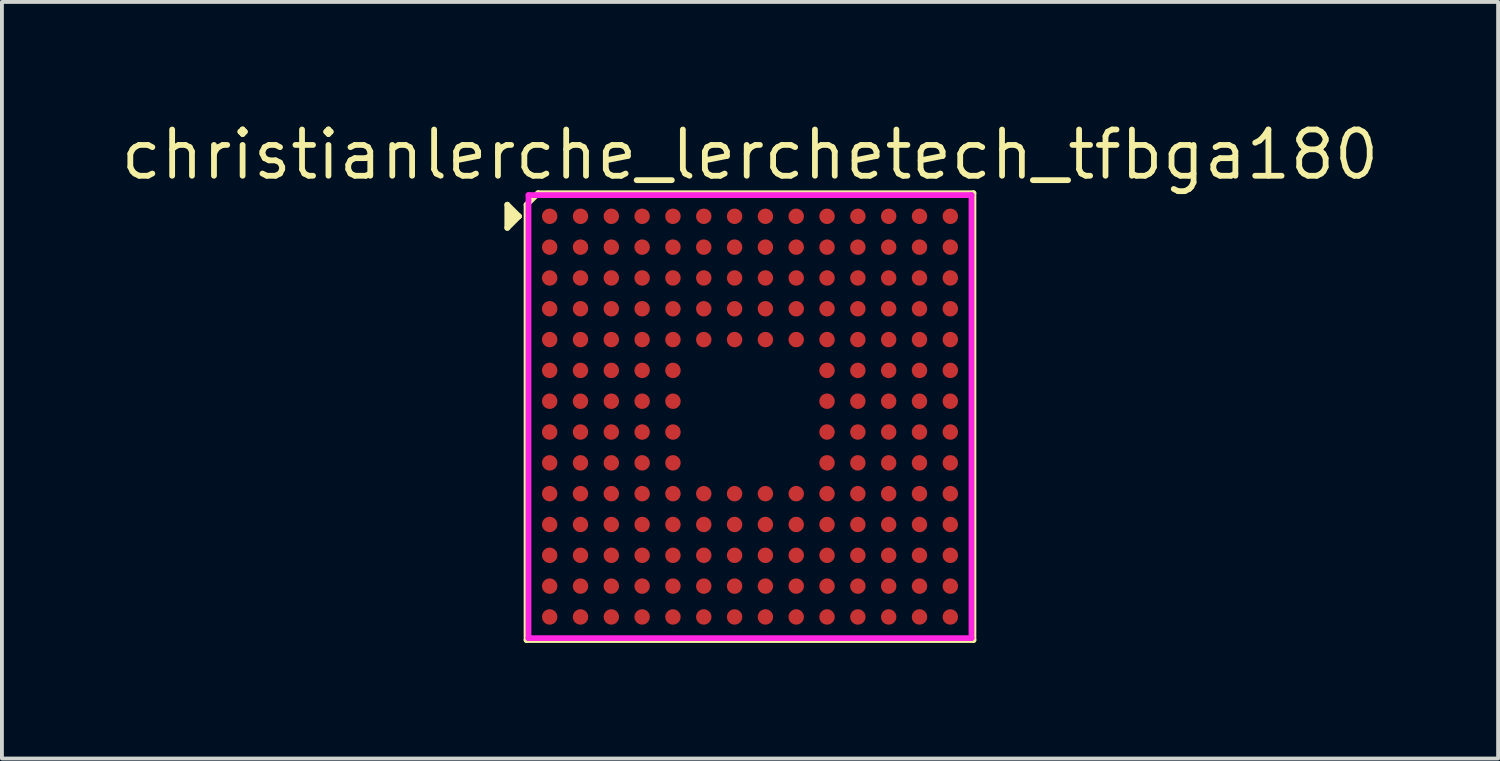
<source format=kicad_pcb>
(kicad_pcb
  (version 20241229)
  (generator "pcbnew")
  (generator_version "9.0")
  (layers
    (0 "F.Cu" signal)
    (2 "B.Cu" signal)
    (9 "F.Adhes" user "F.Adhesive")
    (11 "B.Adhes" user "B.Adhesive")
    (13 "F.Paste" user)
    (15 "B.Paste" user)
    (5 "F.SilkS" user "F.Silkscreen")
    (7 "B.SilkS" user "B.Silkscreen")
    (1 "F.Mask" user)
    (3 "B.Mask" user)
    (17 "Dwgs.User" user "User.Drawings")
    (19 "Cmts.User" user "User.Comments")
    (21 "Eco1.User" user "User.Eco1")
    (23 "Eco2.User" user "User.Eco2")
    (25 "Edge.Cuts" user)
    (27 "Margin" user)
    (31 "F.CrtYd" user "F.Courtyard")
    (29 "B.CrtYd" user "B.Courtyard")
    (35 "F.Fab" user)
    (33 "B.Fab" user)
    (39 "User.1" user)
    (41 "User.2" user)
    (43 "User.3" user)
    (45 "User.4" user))
  (footprint "christianlerche_lerchetech_tfbga180"
    (layer "F.Cu")
    (at 16.419 7.765)
    (property "Reference" "christianlerche_lerchetech_tfbga180" (at 0 -6.8 0) (layer "F.SilkS") (effects (font (size 1.2 1.2) (thickness 0.15))))
    (attr through_hole)
    (fp_line (start -6.3 -5.5) (end -6.3 -4.9) (stroke (width 0.15) (type solid)) (layer "F.SilkS"))
    (fp_line (start -6.3 -4.9) (end -6 -5.2) (stroke (width 0.15) (type solid)) (layer "F.SilkS"))
    (fp_line (start -6.2 -5.3) (end -6.2 -5.2) (stroke (width 0.15) (type solid)) (layer "F.SilkS"))
    (fp_line (start -6.2 -5.2) (end -6.1 -5.2) (stroke (width 0.15) (type solid)) (layer "F.SilkS"))
    (fp_line (start -6.2 -5.1) (end -6.2 -5.3) (stroke (width 0.15) (type solid)) (layer "F.SilkS"))
    (fp_line (start -6 -5.2) (end -6.3 -5.5) (stroke (width 0.15) (type solid)) (layer "F.SilkS"))
    (fp_line (start -6 -5.2) (end -6.2 -5.1) (stroke (width 0.15) (type solid)) (layer "F.SilkS"))
    (fp_line (start -5.8 -5.5) (end -5.5 -5.8) (stroke (width 0.15) (type solid)) (layer "F.SilkS"))
    (fp_line (start -5.8 5.8) (end -5.8 -5.5) (stroke (width 0.15) (type solid)) (layer "F.SilkS"))
    (fp_line (start -5.5 -5.8) (end 5.8 -5.8) (stroke (width 0.15) (type solid)) (layer "F.SilkS"))
    (fp_line (start 5.8 -5.8) (end 5.8 5.8) (stroke (width 0.15) (type solid)) (layer "F.SilkS"))
    (fp_line (start 5.8 5.8) (end -5.8 5.8) (stroke (width 0.15) (type solid)) (layer "F.SilkS"))
    (fp_line (start -5.75 -5.75) (end 5.75 -5.75) (stroke (width 0.15) (type solid)) (layer "F.CrtYd"))
    (fp_line (start -5.75 5.75) (end -5.75 -5.75) (stroke (width 0.15) (type solid)) (layer "F.CrtYd"))
    (fp_line (start 5.75 -5.75) (end 5.75 5.75) (stroke (width 0.15) (type solid)) (layer "F.CrtYd"))
    (fp_line (start 5.75 5.75) (end -5.75 5.75) (stroke (width 0.15) (type solid)) (layer "F.CrtYd"))
    (pad "A1" smd circle (at -5.2 -5.2) (size 0.4 0.4) (layers "F.Cu" "F.Mask" "F.Paste"))
    (pad "A2" smd circle (at -4.4 -5.2) (size 0.4 0.4) (layers "F.Cu" "F.Mask" "F.Paste"))
    (pad "A3" smd circle (at -3.6 -5.2) (size 0.4 0.4) (layers "F.Cu" "F.Mask" "F.Paste"))
    (pad "A4" smd circle (at -2.8 -5.2) (size 0.4 0.4) (layers "F.Cu" "F.Mask" "F.Paste"))
    (pad "A5" smd circle (at -2 -5.2) (size 0.4 0.4) (layers "F.Cu" "F.Mask" "F.Paste"))
    (pad "A6" smd circle (at -1.2 -5.2) (size 0.4 0.4) (layers "F.Cu" "F.Mask" "F.Paste"))
    (pad "A7" smd circle (at -0.4 -5.2) (size 0.4 0.4) (layers "F.Cu" "F.Mask" "F.Paste"))
    (pad "A8" smd circle (at 0.4 -5.2) (size 0.4 0.4) (layers "F.Cu" "F.Mask" "F.Paste"))
    (pad "A9" smd circle (at 1.2 -5.2) (size 0.4 0.4) (layers "F.Cu" "F.Mask" "F.Paste"))
    (pad "A10" smd circle (at 2 -5.2) (size 0.4 0.4) (layers "F.Cu" "F.Mask" "F.Paste"))
    (pad "A11" smd circle (at 2.8 -5.2) (size 0.4 0.4) (layers "F.Cu" "F.Mask" "F.Paste"))
    (pad "A12" smd circle (at 3.6 -5.2) (size 0.4 0.4) (layers "F.Cu" "F.Mask" "F.Paste"))
    (pad "A13" smd circle (at 4.4 -5.2) (size 0.4 0.4) (layers "F.Cu" "F.Mask" "F.Paste"))
    (pad "A14" smd circle (at 5.2 -5.2) (size 0.4 0.4) (layers "F.Cu" "F.Mask" "F.Paste"))
    (pad "B1" smd circle (at -5.2 -4.4) (size 0.4 0.4) (layers "F.Cu" "F.Mask" "F.Paste"))
    (pad "B2" smd circle (at -4.4 -4.4) (size 0.4 0.4) (layers "F.Cu" "F.Mask" "F.Paste"))
    (pad "B3" smd circle (at -3.6 -4.4) (size 0.4 0.4) (layers "F.Cu" "F.Mask" "F.Paste"))
    (pad "B4" smd circle (at -2.8 -4.4) (size 0.4 0.4) (layers "F.Cu" "F.Mask" "F.Paste"))
    (pad "B5" smd circle (at -2 -4.4) (size 0.4 0.4) (layers "F.Cu" "F.Mask" "F.Paste"))
    (pad "B6" smd circle (at -1.2 -4.4) (size 0.4 0.4) (layers "F.Cu" "F.Mask" "F.Paste"))
    (pad "B7" smd circle (at -0.4 -4.4) (size 0.4 0.4) (layers "F.Cu" "F.Mask" "F.Paste"))
    (pad "B8" smd circle (at 0.4 -4.4) (size 0.4 0.4) (layers "F.Cu" "F.Mask" "F.Paste"))
    (pad "B9" smd circle (at 1.2 -4.4) (size 0.4 0.4) (layers "F.Cu" "F.Mask" "F.Paste"))
    (pad "B10" smd circle (at 2 -4.4) (size 0.4 0.4) (layers "F.Cu" "F.Mask" "F.Paste"))
    (pad "B11" smd circle (at 2.8 -4.4) (size 0.4 0.4) (layers "F.Cu" "F.Mask" "F.Paste"))
    (pad "B12" smd circle (at 3.6 -4.4) (size 0.4 0.4) (layers "F.Cu" "F.Mask" "F.Paste"))
    (pad "B13" smd circle (at 4.4 -4.4) (size 0.4 0.4) (layers "F.Cu" "F.Mask" "F.Paste"))
    (pad "B14" smd circle (at 5.2 -4.4) (size 0.4 0.4) (layers "F.Cu" "F.Mask" "F.Paste"))
    (pad "C1" smd circle (at -5.2 -3.6) (size 0.4 0.4) (layers "F.Cu" "F.Mask" "F.Paste"))
    (pad "C2" smd circle (at -4.4 -3.6) (size 0.4 0.4) (layers "F.Cu" "F.Mask" "F.Paste"))
    (pad "C3" smd circle (at -3.6 -3.6) (size 0.4 0.4) (layers "F.Cu" "F.Mask" "F.Paste"))
    (pad "C4" smd circle (at -2.8 -3.6) (size 0.4 0.4) (layers "F.Cu" "F.Mask" "F.Paste"))
    (pad "C5" smd circle (at -2 -3.6) (size 0.4 0.4) (layers "F.Cu" "F.Mask" "F.Paste"))
    (pad "C6" smd circle (at -1.2 -3.6) (size 0.4 0.4) (layers "F.Cu" "F.Mask" "F.Paste"))
    (pad "C7" smd circle (at -0.4 -3.6) (size 0.4 0.4) (layers "F.Cu" "F.Mask" "F.Paste"))
    (pad "C8" smd circle (at 0.4 -3.6) (size 0.4 0.4) (layers "F.Cu" "F.Mask" "F.Paste"))
    (pad "C9" smd circle (at 1.2 -3.6) (size 0.4 0.4) (layers "F.Cu" "F.Mask" "F.Paste"))
    (pad "C10" smd circle (at 2 -3.6) (size 0.4 0.4) (layers "F.Cu" "F.Mask" "F.Paste"))
    (pad "C11" smd circle (at 2.8 -3.6) (size 0.4 0.4) (layers "F.Cu" "F.Mask" "F.Paste"))
    (pad "C12" smd circle (at 3.6 -3.6) (size 0.4 0.4) (layers "F.Cu" "F.Mask" "F.Paste"))
    (pad "C13" smd circle (at 4.4 -3.6) (size 0.4 0.4) (layers "F.Cu" "F.Mask" "F.Paste"))
    (pad "C14" smd circle (at 5.2 -3.6) (size 0.4 0.4) (layers "F.Cu" "F.Mask" "F.Paste"))
    (pad "D1" smd circle (at -5.2 -2.8) (size 0.4 0.4) (layers "F.Cu" "F.Mask" "F.Paste"))
    (pad "D2" smd circle (at -4.4 -2.8) (size 0.4 0.4) (layers "F.Cu" "F.Mask" "F.Paste"))
    (pad "D3" smd circle (at -3.6 -2.8) (size 0.4 0.4) (layers "F.Cu" "F.Mask" "F.Paste"))
    (pad "D4" smd circle (at -2.8 -2.8) (size 0.4 0.4) (layers "F.Cu" "F.Mask" "F.Paste"))
    (pad "D5" smd circle (at -2 -2.8) (size 0.4 0.4) (layers "F.Cu" "F.Mask" "F.Paste"))
    (pad "D6" smd circle (at -1.2 -2.8) (size 0.4 0.4) (layers "F.Cu" "F.Mask" "F.Paste"))
    (pad "D7" smd circle (at -0.4 -2.8) (size 0.4 0.4) (layers "F.Cu" "F.Mask" "F.Paste"))
    (pad "D8" smd circle (at 0.4 -2.8) (size 0.4 0.4) (layers "F.Cu" "F.Mask" "F.Paste"))
    (pad "D9" smd circle (at 1.2 -2.8) (size 0.4 0.4) (layers "F.Cu" "F.Mask" "F.Paste"))
    (pad "D10" smd circle (at 2 -2.8) (size 0.4 0.4) (layers "F.Cu" "F.Mask" "F.Paste"))
    (pad "D11" smd circle (at 2.8 -2.8) (size 0.4 0.4) (layers "F.Cu" "F.Mask" "F.Paste"))
    (pad "D12" smd circle (at 3.6 -2.8) (size 0.4 0.4) (layers "F.Cu" "F.Mask" "F.Paste"))
    (pad "D13" smd circle (at 4.4 -2.8) (size 0.4 0.4) (layers "F.Cu" "F.Mask" "F.Paste"))
    (pad "D14" smd circle (at 5.2 -2.8) (size 0.4 0.4) (layers "F.Cu" "F.Mask" "F.Paste"))
    (pad "E1" smd circle (at -5.2 -2) (size 0.4 0.4) (layers "F.Cu" "F.Mask" "F.Paste"))
    (pad "E2" smd circle (at -4.4 -2) (size 0.4 0.4) (layers "F.Cu" "F.Mask" "F.Paste"))
    (pad "E3" smd circle (at -3.6 -2) (size 0.4 0.4) (layers "F.Cu" "F.Mask" "F.Paste"))
    (pad "E4" smd circle (at -2.8 -2) (size 0.4 0.4) (layers "F.Cu" "F.Mask" "F.Paste"))
    (pad "E5" smd circle (at -2 -2) (size 0.4 0.4) (layers "F.Cu" "F.Mask" "F.Paste"))
    (pad "E6" smd circle (at -1.2 -2) (size 0.4 0.4) (layers "F.Cu" "F.Mask" "F.Paste"))
    (pad "E7" smd circle (at -0.4 -2) (size 0.4 0.4) (layers "F.Cu" "F.Mask" "F.Paste"))
    (pad "E8" smd circle (at 0.4 -2) (size 0.4 0.4) (layers "F.Cu" "F.Mask" "F.Paste"))
    (pad "E9" smd circle (at 1.2 -2) (size 0.4 0.4) (layers "F.Cu" "F.Mask" "F.Paste"))
    (pad "E10" smd circle (at 2 -2) (size 0.4 0.4) (layers "F.Cu" "F.Mask" "F.Paste"))
    (pad "E11" smd circle (at 2.8 -2) (size 0.4 0.4) (layers "F.Cu" "F.Mask" "F.Paste"))
    (pad "E12" smd circle (at 3.6 -2) (size 0.4 0.4) (layers "F.Cu" "F.Mask" "F.Paste"))
    (pad "E13" smd circle (at 4.4 -2) (size 0.4 0.4) (layers "F.Cu" "F.Mask" "F.Paste"))
    (pad "E14" smd circle (at 5.2 -2) (size 0.4 0.4) (layers "F.Cu" "F.Mask" "F.Paste"))
    (pad "F1" smd circle (at -5.2 -1.2) (size 0.4 0.4) (layers "F.Cu" "F.Mask" "F.Paste"))
    (pad "F2" smd circle (at -4.4 -1.2) (size 0.4 0.4) (layers "F.Cu" "F.Mask" "F.Paste"))
    (pad "F3" smd circle (at -3.6 -1.2) (size 0.4 0.4) (layers "F.Cu" "F.Mask" "F.Paste"))
    (pad "F4" smd circle (at -2.8 -1.2) (size 0.4 0.4) (layers "F.Cu" "F.Mask" "F.Paste"))
    (pad "F5" smd circle (at -2 -1.2) (size 0.4 0.4) (layers "F.Cu" "F.Mask" "F.Paste"))
    (pad "F10" smd circle (at 2 -1.2) (size 0.4 0.4) (layers "F.Cu" "F.Mask" "F.Paste"))
    (pad "F11" smd circle (at 2.8 -1.2) (size 0.4 0.4) (layers "F.Cu" "F.Mask" "F.Paste"))
    (pad "F12" smd circle (at 3.6 -1.2) (size 0.4 0.4) (layers "F.Cu" "F.Mask" "F.Paste"))
    (pad "F13" smd circle (at 4.4 -1.2) (size 0.4 0.4) (layers "F.Cu" "F.Mask" "F.Paste"))
    (pad "F14" smd circle (at 5.2 -1.2) (size 0.4 0.4) (layers "F.Cu" "F.Mask" "F.Paste"))
    (pad "G1" smd circle (at -5.2 -0.4) (size 0.4 0.4) (layers "F.Cu" "F.Mask" "F.Paste"))
    (pad "G2" smd circle (at -4.4 -0.4) (size 0.4 0.4) (layers "F.Cu" "F.Mask" "F.Paste"))
    (pad "G3" smd circle (at -3.6 -0.4) (size 0.4 0.4) (layers "F.Cu" "F.Mask" "F.Paste"))
    (pad "G4" smd circle (at -2.8 -0.4) (size 0.4 0.4) (layers "F.Cu" "F.Mask" "F.Paste"))
    (pad "G5" smd circle (at -2 -0.4) (size 0.4 0.4) (layers "F.Cu" "F.Mask" "F.Paste"))
    (pad "G10" smd circle (at 2 -0.4) (size 0.4 0.4) (layers "F.Cu" "F.Mask" "F.Paste"))
    (pad "G11" smd circle (at 2.8 -0.4) (size 0.4 0.4) (layers "F.Cu" "F.Mask" "F.Paste"))
    (pad "G12" smd circle (at 3.6 -0.4) (size 0.4 0.4) (layers "F.Cu" "F.Mask" "F.Paste"))
    (pad "G13" smd circle (at 4.4 -0.4) (size 0.4 0.4) (layers "F.Cu" "F.Mask" "F.Paste"))
    (pad "G14" smd circle (at 5.2 -0.4) (size 0.4 0.4) (layers "F.Cu" "F.Mask" "F.Paste"))
    (pad "H1" smd circle (at -5.2 0.4) (size 0.4 0.4) (layers "F.Cu" "F.Mask" "F.Paste"))
    (pad "H2" smd circle (at -4.4 0.4) (size 0.4 0.4) (layers "F.Cu" "F.Mask" "F.Paste"))
    (pad "H3" smd circle (at -3.6 0.4) (size 0.4 0.4) (layers "F.Cu" "F.Mask" "F.Paste"))
    (pad "H4" smd circle (at -2.8 0.4) (size 0.4 0.4) (layers "F.Cu" "F.Mask" "F.Paste"))
    (pad "H5" smd circle (at -2 0.4) (size 0.4 0.4) (layers "F.Cu" "F.Mask" "F.Paste"))
    (pad "H10" smd circle (at 2 0.4) (size 0.4 0.4) (layers "F.Cu" "F.Mask" "F.Paste"))
    (pad "H11" smd circle (at 2.8 0.4) (size 0.4 0.4) (layers "F.Cu" "F.Mask" "F.Paste"))
    (pad "H12" smd circle (at 3.6 0.4) (size 0.4 0.4) (layers "F.Cu" "F.Mask" "F.Paste"))
    (pad "H13" smd circle (at 4.4 0.4) (size 0.4 0.4) (layers "F.Cu" "F.Mask" "F.Paste"))
    (pad "H14" smd circle (at 5.2 0.4) (size 0.4 0.4) (layers "F.Cu" "F.Mask" "F.Paste"))
    (pad "J1" smd circle (at -5.2 1.2) (size 0.4 0.4) (layers "F.Cu" "F.Mask" "F.Paste"))
    (pad "J2" smd circle (at -4.4 1.2) (size 0.4 0.4) (layers "F.Cu" "F.Mask" "F.Paste"))
    (pad "J3" smd circle (at -3.6 1.2) (size 0.4 0.4) (layers "F.Cu" "F.Mask" "F.Paste"))
    (pad "J4" smd circle (at -2.8 1.2) (size 0.4 0.4) (layers "F.Cu" "F.Mask" "F.Paste"))
    (pad "J5" smd circle (at -2 1.2) (size 0.4 0.4) (layers "F.Cu" "F.Mask" "F.Paste"))
    (pad "J10" smd circle (at 2 1.2) (size 0.4 0.4) (layers "F.Cu" "F.Mask" "F.Paste"))
    (pad "J11" smd circle (at 2.8 1.2) (size 0.4 0.4) (layers "F.Cu" "F.Mask" "F.Paste"))
    (pad "J12" smd circle (at 3.6 1.2) (size 0.4 0.4) (layers "F.Cu" "F.Mask" "F.Paste"))
    (pad "J13" smd circle (at 4.4 1.2) (size 0.4 0.4) (layers "F.Cu" "F.Mask" "F.Paste"))
    (pad "J14" smd circle (at 5.2 1.2) (size 0.4 0.4) (layers "F.Cu" "F.Mask" "F.Paste"))
    (pad "K1" smd circle (at -5.2 2) (size 0.4 0.4) (layers "F.Cu" "F.Mask" "F.Paste"))
    (pad "K2" smd circle (at -4.4 2) (size 0.4 0.4) (layers "F.Cu" "F.Mask" "F.Paste"))
    (pad "K3" smd circle (at -3.6 2) (size 0.4 0.4) (layers "F.Cu" "F.Mask" "F.Paste"))
    (pad "K4" smd circle (at -2.8 2) (size 0.4 0.4) (layers "F.Cu" "F.Mask" "F.Paste"))
    (pad "K5" smd circle (at -2 2) (size 0.4 0.4) (layers "F.Cu" "F.Mask" "F.Paste"))
    (pad "K6" smd circle (at -1.2 2) (size 0.4 0.4) (layers "F.Cu" "F.Mask" "F.Paste"))
    (pad "K7" smd circle (at -0.4 2) (size 0.4 0.4) (layers "F.Cu" "F.Mask" "F.Paste"))
    (pad "K8" smd circle (at 0.4 2) (size 0.4 0.4) (layers "F.Cu" "F.Mask" "F.Paste"))
    (pad "K9" smd circle (at 1.2 2) (size 0.4 0.4) (layers "F.Cu" "F.Mask" "F.Paste"))
    (pad "K10" smd circle (at 2 2) (size 0.4 0.4) (layers "F.Cu" "F.Mask" "F.Paste"))
    (pad "K11" smd circle (at 2.8 2) (size 0.4 0.4) (layers "F.Cu" "F.Mask" "F.Paste"))
    (pad "K12" smd circle (at 3.6 2) (size 0.4 0.4) (layers "F.Cu" "F.Mask" "F.Paste"))
    (pad "K13" smd circle (at 4.4 2) (size 0.4 0.4) (layers "F.Cu" "F.Mask" "F.Paste"))
    (pad "K14" smd circle (at 5.2 2) (size 0.4 0.4) (layers "F.Cu" "F.Mask" "F.Paste"))
    (pad "L1" smd circle (at -5.2 2.8) (size 0.4 0.4) (layers "F.Cu" "F.Mask" "F.Paste"))
    (pad "L2" smd circle (at -4.4 2.8) (size 0.4 0.4) (layers "F.Cu" "F.Mask" "F.Paste"))
    (pad "L3" smd circle (at -3.6 2.8) (size 0.4 0.4) (layers "F.Cu" "F.Mask" "F.Paste"))
    (pad "L4" smd circle (at -2.8 2.8) (size 0.4 0.4) (layers "F.Cu" "F.Mask" "F.Paste"))
    (pad "L5" smd circle (at -2 2.8) (size 0.4 0.4) (layers "F.Cu" "F.Mask" "F.Paste"))
    (pad "L6" smd circle (at -1.2 2.8) (size 0.4 0.4) (layers "F.Cu" "F.Mask" "F.Paste"))
    (pad "L7" smd circle (at -0.4 2.8) (size 0.4 0.4) (layers "F.Cu" "F.Mask" "F.Paste"))
    (pad "L8" smd circle (at 0.4 2.8) (size 0.4 0.4) (layers "F.Cu" "F.Mask" "F.Paste"))
    (pad "L9" smd circle (at 1.2 2.8) (size 0.4 0.4) (layers "F.Cu" "F.Mask" "F.Paste"))
    (pad "L10" smd circle (at 2 2.8) (size 0.4 0.4) (layers "F.Cu" "F.Mask" "F.Paste"))
    (pad "L11" smd circle (at 2.8 2.8) (size 0.4 0.4) (layers "F.Cu" "F.Mask" "F.Paste"))
    (pad "L12" smd circle (at 3.6 2.8) (size 0.4 0.4) (layers "F.Cu" "F.Mask" "F.Paste"))
    (pad "L13" smd circle (at 4.4 2.8) (size 0.4 0.4) (layers "F.Cu" "F.Mask" "F.Paste"))
    (pad "L14" smd circle (at 5.2 2.8) (size 0.4 0.4) (layers "F.Cu" "F.Mask" "F.Paste"))
    (pad "M1" smd circle (at -5.2 3.6) (size 0.4 0.4) (layers "F.Cu" "F.Mask" "F.Paste"))
    (pad "M2" smd circle (at -4.4 3.6) (size 0.4 0.4) (layers "F.Cu" "F.Mask" "F.Paste"))
    (pad "M3" smd circle (at -3.6 3.6) (size 0.4 0.4) (layers "F.Cu" "F.Mask" "F.Paste"))
    (pad "M4" smd circle (at -2.8 3.6) (size 0.4 0.4) (layers "F.Cu" "F.Mask" "F.Paste"))
    (pad "M5" smd circle (at -2 3.6) (size 0.4 0.4) (layers "F.Cu" "F.Mask" "F.Paste"))
    (pad "M6" smd circle (at -1.2 3.6) (size 0.4 0.4) (layers "F.Cu" "F.Mask" "F.Paste"))
    (pad "M7" smd circle (at -0.4 3.6) (size 0.4 0.4) (layers "F.Cu" "F.Mask" "F.Paste"))
    (pad "M8" smd circle (at 0.4 3.6) (size 0.4 0.4) (layers "F.Cu" "F.Mask" "F.Paste"))
    (pad "M9" smd circle (at 1.2 3.6) (size 0.4 0.4) (layers "F.Cu" "F.Mask" "F.Paste"))
    (pad "M10" smd circle (at 2 3.6) (size 0.4 0.4) (layers "F.Cu" "F.Mask" "F.Paste"))
    (pad "M11" smd circle (at 2.8 3.6) (size 0.4 0.4) (layers "F.Cu" "F.Mask" "F.Paste"))
    (pad "M12" smd circle (at 3.6 3.6) (size 0.4 0.4) (layers "F.Cu" "F.Mask" "F.Paste"))
    (pad "M13" smd circle (at 4.4 3.6) (size 0.4 0.4) (layers "F.Cu" "F.Mask" "F.Paste"))
    (pad "M14" smd circle (at 5.2 3.6) (size 0.4 0.4) (layers "F.Cu" "F.Mask" "F.Paste"))
    (pad "N1" smd circle (at -5.2 4.4) (size 0.4 0.4) (layers "F.Cu" "F.Mask" "F.Paste"))
    (pad "N2" smd circle (at -4.4 4.4) (size 0.4 0.4) (layers "F.Cu" "F.Mask" "F.Paste"))
    (pad "N3" smd circle (at -3.6 4.4) (size 0.4 0.4) (layers "F.Cu" "F.Mask" "F.Paste"))
    (pad "N4" smd circle (at -2.8 4.4) (size 0.4 0.4) (layers "F.Cu" "F.Mask" "F.Paste"))
    (pad "N5" smd circle (at -2 4.4) (size 0.4 0.4) (layers "F.Cu" "F.Mask" "F.Paste"))
    (pad "N6" smd circle (at -1.2 4.4) (size 0.4 0.4) (layers "F.Cu" "F.Mask" "F.Paste"))
    (pad "N7" smd circle (at -0.4 4.4) (size 0.4 0.4) (layers "F.Cu" "F.Mask" "F.Paste"))
    (pad "N8" smd circle (at 0.4 4.4) (size 0.4 0.4) (layers "F.Cu" "F.Mask" "F.Paste"))
    (pad "N9" smd circle (at 1.2 4.4) (size 0.4 0.4) (layers "F.Cu" "F.Mask" "F.Paste"))
    (pad "N10" smd circle (at 2 4.4) (size 0.4 0.4) (layers "F.Cu" "F.Mask" "F.Paste"))
    (pad "N11" smd circle (at 2.8 4.4) (size 0.4 0.4) (layers "F.Cu" "F.Mask" "F.Paste"))
    (pad "N12" smd circle (at 3.6 4.4) (size 0.4 0.4) (layers "F.Cu" "F.Mask" "F.Paste"))
    (pad "N13" smd circle (at 4.4 4.4) (size 0.4 0.4) (layers "F.Cu" "F.Mask" "F.Paste"))
    (pad "N14" smd circle (at 5.2 4.4) (size 0.4 0.4) (layers "F.Cu" "F.Mask" "F.Paste"))
    (pad "P1" smd circle (at -5.2 5.2) (size 0.4 0.4) (layers "F.Cu" "F.Mask" "F.Paste"))
    (pad "P2" smd circle (at -4.4 5.2) (size 0.4 0.4) (layers "F.Cu" "F.Mask" "F.Paste"))
    (pad "P3" smd circle (at -3.6 5.2) (size 0.4 0.4) (layers "F.Cu" "F.Mask" "F.Paste"))
    (pad "P4" smd circle (at -2.8 5.2) (size 0.4 0.4) (layers "F.Cu" "F.Mask" "F.Paste"))
    (pad "P5" smd circle (at -2 5.2) (size 0.4 0.4) (layers "F.Cu" "F.Mask" "F.Paste"))
    (pad "P6" smd circle (at -1.2 5.2) (size 0.4 0.4) (layers "F.Cu" "F.Mask" "F.Paste"))
    (pad "P7" smd circle (at -0.4 5.2) (size 0.4 0.4) (layers "F.Cu" "F.Mask" "F.Paste"))
    (pad "P8" smd circle (at 0.4 5.2) (size 0.4 0.4) (layers "F.Cu" "F.Mask" "F.Paste"))
    (pad "P9" smd circle (at 1.2 5.2) (size 0.4 0.4) (layers "F.Cu" "F.Mask" "F.Paste"))
    (pad "P10" smd circle (at 2 5.2) (size 0.4 0.4) (layers "F.Cu" "F.Mask" "F.Paste"))
    (pad "P11" smd circle (at 2.8 5.2) (size 0.4 0.4) (layers "F.Cu" "F.Mask" "F.Paste"))
    (pad "P12" smd circle (at 3.6 5.2) (size 0.4 0.4) (layers "F.Cu" "F.Mask" "F.Paste"))
    (pad "P13" smd circle (at 4.4 5.2) (size 0.4 0.4) (layers "F.Cu" "F.Mask" "F.Paste"))
    (pad "P14" smd circle (at 5.2 5.2) (size 0.4 0.4) (layers "F.Cu" "F.Mask" "F.Paste")))
  (gr_rect
    (start -3 -3)
    (end 35.839 16.64)
    (stroke (width 0.1) (type default))
    (fill no)
    (layer "Edge.Cuts")))
</source>
